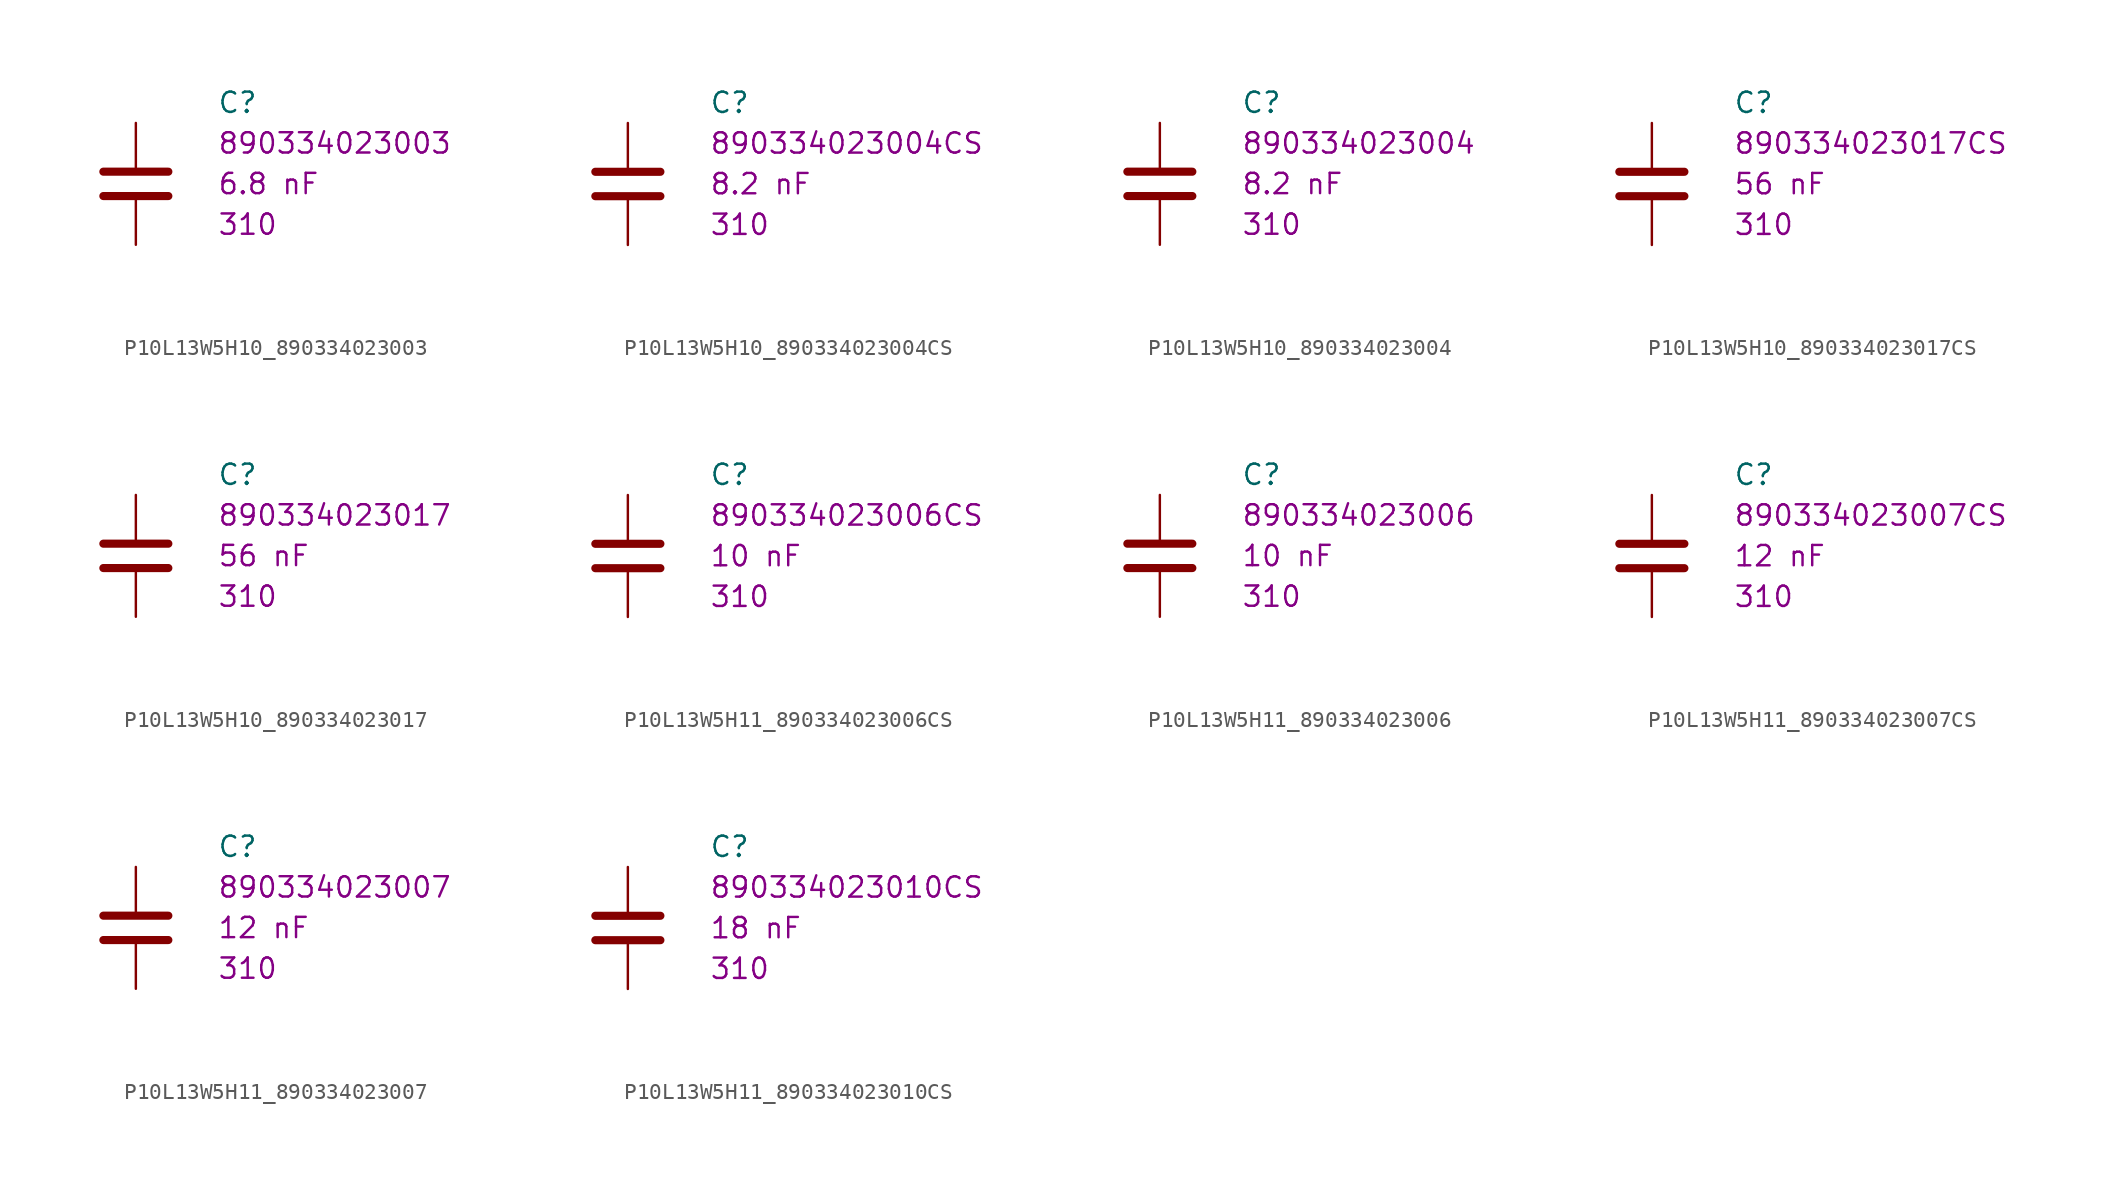
<source format=kicad_sym>
(kicad_symbol_lib
  (version 20220914)
  (generator kicad_symbol_editor)
  (symbol "P10L13W5H10_890334023003"
    (pin_numbers hide)
    (pin_names hide)
    (property "Reference" "C"
      (at 5.08 5.08 0)
      (effects (font (size 1.27 1.27)) (justify left)))
    (property "Part Number" "890334023003"
      (at 5.08 2.54 0)
      (effects (font (size 1.27 1.27)) (justify left)))
    (property "Capacitance" "6.8 nF"
      (at 5.08 0 0)
      (effects (font (size 1.27 1.27)) (justify left)))
    (property "Voltage" "310"
      (at 5.08 -2.54 0)
      (effects (font (size 1.27 1.27)) (justify left)))
    (property "Critical Parameter" ""
      (at 0 -7.62 0)
      (effects (font (size 1.27 1.27))))
    (symbol "P10L13W5H10_890334023003_0_1"
      (polyline (pts (xy -2.032 -0.762) (xy 2.032 -0.762)) (stroke (width 0.508) (type default)) (fill (type none)))
      (polyline (pts (xy -2.032 0.762) (xy 2.032 0.762)) (stroke (width 0.508) (type default)) (fill (type none))))
    (symbol "P10L13W5H10_890334023003_1_1"
      (pin passive line (at 0 3.81 270) (length 2.794) (name "1" (effects (font (size 1.27 1.27)))) (number "1" (effects (font (size 1.27 1.27)))))
      (pin passive line (at 0 -3.81 90) (length 2.794) (name "2" (effects (font (size 1.27 1.27)))) (number "2" (effects (font (size 1.27 1.27)))))))
  (symbol "P10L13W5H10_890334023004CS"
    (pin_numbers hide)
    (pin_names hide)
    (property "Reference" "C"
      (at 5.08 5.08 0)
      (effects (font (size 1.27 1.27)) (justify left)))
    (property "Part Number" "890334023004CS"
      (at 5.08 2.54 0)
      (effects (font (size 1.27 1.27)) (justify left)))
    (property "Capacitance" "8.2 nF"
      (at 5.08 0 0)
      (effects (font (size 1.27 1.27)) (justify left)))
    (property "Voltage" "310"
      (at 5.08 -2.54 0)
      (effects (font (size 1.27 1.27)) (justify left)))
    (property "Critical Parameter" ""
      (at 0 -7.62 0)
      (effects (font (size 1.27 1.27))))
    (symbol "P10L13W5H10_890334023004CS_0_1"
      (polyline (pts (xy -2.032 -0.762) (xy 2.032 -0.762)) (stroke (width 0.508) (type default)) (fill (type none)))
      (polyline (pts (xy -2.032 0.762) (xy 2.032 0.762)) (stroke (width 0.508) (type default)) (fill (type none))))
    (symbol "P10L13W5H10_890334023004CS_1_1"
      (pin passive line (at 0 3.81 270) (length 2.794) (name "1" (effects (font (size 1.27 1.27)))) (number "1" (effects (font (size 1.27 1.27)))))
      (pin passive line (at 0 -3.81 90) (length 2.794) (name "2" (effects (font (size 1.27 1.27)))) (number "2" (effects (font (size 1.27 1.27)))))))
  (symbol "P10L13W5H10_890334023004"
    (pin_numbers hide)
    (pin_names hide)
    (property "Reference" "C"
      (at 5.08 5.08 0)
      (effects (font (size 1.27 1.27)) (justify left)))
    (property "Part Number" "890334023004"
      (at 5.08 2.54 0)
      (effects (font (size 1.27 1.27)) (justify left)))
    (property "Capacitance" "8.2 nF"
      (at 5.08 0 0)
      (effects (font (size 1.27 1.27)) (justify left)))
    (property "Voltage" "310"
      (at 5.08 -2.54 0)
      (effects (font (size 1.27 1.27)) (justify left)))
    (property "Critical Parameter" ""
      (at 0 -7.62 0)
      (effects (font (size 1.27 1.27))))
    (symbol "P10L13W5H10_890334023004_0_1"
      (polyline (pts (xy -2.032 -0.762) (xy 2.032 -0.762)) (stroke (width 0.508) (type default)) (fill (type none)))
      (polyline (pts (xy -2.032 0.762) (xy 2.032 0.762)) (stroke (width 0.508) (type default)) (fill (type none))))
    (symbol "P10L13W5H10_890334023004_1_1"
      (pin passive line (at 0 3.81 270) (length 2.794) (name "1" (effects (font (size 1.27 1.27)))) (number "1" (effects (font (size 1.27 1.27)))))
      (pin passive line (at 0 -3.81 90) (length 2.794) (name "2" (effects (font (size 1.27 1.27)))) (number "2" (effects (font (size 1.27 1.27)))))))
  (symbol "P10L13W5H10_890334023017CS"
    (pin_numbers hide)
    (pin_names hide)
    (property "Reference" "C"
      (at 5.08 5.08 0)
      (effects (font (size 1.27 1.27)) (justify left)))
    (property "Part Number" "890334023017CS"
      (at 5.08 2.54 0)
      (effects (font (size 1.27 1.27)) (justify left)))
    (property "Capacitance" "56 nF"
      (at 5.08 0 0)
      (effects (font (size 1.27 1.27)) (justify left)))
    (property "Voltage" "310"
      (at 5.08 -2.54 0)
      (effects (font (size 1.27 1.27)) (justify left)))
    (property "Critical Parameter" ""
      (at 0 -7.62 0)
      (effects (font (size 1.27 1.27))))
    (symbol "P10L13W5H10_890334023017CS_0_1"
      (polyline (pts (xy -2.032 -0.762) (xy 2.032 -0.762)) (stroke (width 0.508) (type default)) (fill (type none)))
      (polyline (pts (xy -2.032 0.762) (xy 2.032 0.762)) (stroke (width 0.508) (type default)) (fill (type none))))
    (symbol "P10L13W5H10_890334023017CS_1_1"
      (pin passive line (at 0 3.81 270) (length 2.794) (name "1" (effects (font (size 1.27 1.27)))) (number "1" (effects (font (size 1.27 1.27)))))
      (pin passive line (at 0 -3.81 90) (length 2.794) (name "2" (effects (font (size 1.27 1.27)))) (number "2" (effects (font (size 1.27 1.27)))))))
  (symbol "P10L13W5H10_890334023017"
    (pin_numbers hide)
    (pin_names hide)
    (property "Reference" "C"
      (at 5.08 5.08 0)
      (effects (font (size 1.27 1.27)) (justify left)))
    (property "Part Number" "890334023017"
      (at 5.08 2.54 0)
      (effects (font (size 1.27 1.27)) (justify left)))
    (property "Capacitance" "56 nF"
      (at 5.08 0 0)
      (effects (font (size 1.27 1.27)) (justify left)))
    (property "Voltage" "310"
      (at 5.08 -2.54 0)
      (effects (font (size 1.27 1.27)) (justify left)))
    (property "Critical Parameter" ""
      (at 0 -7.62 0)
      (effects (font (size 1.27 1.27))))
    (symbol "P10L13W5H10_890334023017_0_1"
      (polyline (pts (xy -2.032 -0.762) (xy 2.032 -0.762)) (stroke (width 0.508) (type default)) (fill (type none)))
      (polyline (pts (xy -2.032 0.762) (xy 2.032 0.762)) (stroke (width 0.508) (type default)) (fill (type none))))
    (symbol "P10L13W5H10_890334023017_1_1"
      (pin passive line (at 0 3.81 270) (length 2.794) (name "1" (effects (font (size 1.27 1.27)))) (number "1" (effects (font (size 1.27 1.27)))))
      (pin passive line (at 0 -3.81 90) (length 2.794) (name "2" (effects (font (size 1.27 1.27)))) (number "2" (effects (font (size 1.27 1.27)))))))
  (symbol "P10L13W5H11_890334023006CS"
    (pin_numbers hide)
    (pin_names hide)
    (property "Reference" "C"
      (at 5.08 5.08 0)
      (effects (font (size 1.27 1.27)) (justify left)))
    (property "Part Number" "890334023006CS"
      (at 5.08 2.54 0)
      (effects (font (size 1.27 1.27)) (justify left)))
    (property "Capacitance" "10 nF"
      (at 5.08 0 0)
      (effects (font (size 1.27 1.27)) (justify left)))
    (property "Voltage" "310"
      (at 5.08 -2.54 0)
      (effects (font (size 1.27 1.27)) (justify left)))
    (property "Critical Parameter" ""
      (at 0 -7.62 0)
      (effects (font (size 1.27 1.27))))
    (symbol "P10L13W5H11_890334023006CS_0_1"
      (polyline (pts (xy -2.032 -0.762) (xy 2.032 -0.762)) (stroke (width 0.508) (type default)) (fill (type none)))
      (polyline (pts (xy -2.032 0.762) (xy 2.032 0.762)) (stroke (width 0.508) (type default)) (fill (type none))))
    (symbol "P10L13W5H11_890334023006CS_1_1"
      (pin passive line (at 0 3.81 270) (length 2.794) (name "1" (effects (font (size 1.27 1.27)))) (number "1" (effects (font (size 1.27 1.27)))))
      (pin passive line (at 0 -3.81 90) (length 2.794) (name "2" (effects (font (size 1.27 1.27)))) (number "2" (effects (font (size 1.27 1.27)))))))
  (symbol "P10L13W5H11_890334023006"
    (pin_numbers hide)
    (pin_names hide)
    (property "Reference" "C"
      (at 5.08 5.08 0)
      (effects (font (size 1.27 1.27)) (justify left)))
    (property "Part Number" "890334023006"
      (at 5.08 2.54 0)
      (effects (font (size 1.27 1.27)) (justify left)))
    (property "Capacitance" "10 nF"
      (at 5.08 0 0)
      (effects (font (size 1.27 1.27)) (justify left)))
    (property "Voltage" "310"
      (at 5.08 -2.54 0)
      (effects (font (size 1.27 1.27)) (justify left)))
    (property "Critical Parameter" ""
      (at 0 -7.62 0)
      (effects (font (size 1.27 1.27))))
    (symbol "P10L13W5H11_890334023006_0_1"
      (polyline (pts (xy -2.032 -0.762) (xy 2.032 -0.762)) (stroke (width 0.508) (type default)) (fill (type none)))
      (polyline (pts (xy -2.032 0.762) (xy 2.032 0.762)) (stroke (width 0.508) (type default)) (fill (type none))))
    (symbol "P10L13W5H11_890334023006_1_1"
      (pin passive line (at 0 3.81 270) (length 2.794) (name "1" (effects (font (size 1.27 1.27)))) (number "1" (effects (font (size 1.27 1.27)))))
      (pin passive line (at 0 -3.81 90) (length 2.794) (name "2" (effects (font (size 1.27 1.27)))) (number "2" (effects (font (size 1.27 1.27)))))))
  (symbol "P10L13W5H11_890334023007CS"
    (pin_numbers hide)
    (pin_names hide)
    (property "Reference" "C"
      (at 5.08 5.08 0)
      (effects (font (size 1.27 1.27)) (justify left)))
    (property "Part Number" "890334023007CS"
      (at 5.08 2.54 0)
      (effects (font (size 1.27 1.27)) (justify left)))
    (property "Capacitance" "12 nF"
      (at 5.08 0 0)
      (effects (font (size 1.27 1.27)) (justify left)))
    (property "Voltage" "310"
      (at 5.08 -2.54 0)
      (effects (font (size 1.27 1.27)) (justify left)))
    (property "Critical Parameter" ""
      (at 0 -7.62 0)
      (effects (font (size 1.27 1.27))))
    (symbol "P10L13W5H11_890334023007CS_0_1"
      (polyline (pts (xy -2.032 -0.762) (xy 2.032 -0.762)) (stroke (width 0.508) (type default)) (fill (type none)))
      (polyline (pts (xy -2.032 0.762) (xy 2.032 0.762)) (stroke (width 0.508) (type default)) (fill (type none))))
    (symbol "P10L13W5H11_890334023007CS_1_1"
      (pin passive line (at 0 3.81 270) (length 2.794) (name "1" (effects (font (size 1.27 1.27)))) (number "1" (effects (font (size 1.27 1.27)))))
      (pin passive line (at 0 -3.81 90) (length 2.794) (name "2" (effects (font (size 1.27 1.27)))) (number "2" (effects (font (size 1.27 1.27)))))))
  (symbol "P10L13W5H11_890334023007"
    (pin_numbers hide)
    (pin_names hide)
    (property "Reference" "C"
      (at 5.08 5.08 0)
      (effects (font (size 1.27 1.27)) (justify left)))
    (property "Part Number" "890334023007"
      (at 5.08 2.54 0)
      (effects (font (size 1.27 1.27)) (justify left)))
    (property "Capacitance" "12 nF"
      (at 5.08 0 0)
      (effects (font (size 1.27 1.27)) (justify left)))
    (property "Voltage" "310"
      (at 5.08 -2.54 0)
      (effects (font (size 1.27 1.27)) (justify left)))
    (property "Critical Parameter" ""
      (at 0 -7.62 0)
      (effects (font (size 1.27 1.27))))
    (symbol "P10L13W5H11_890334023007_0_1"
      (polyline (pts (xy -2.032 -0.762) (xy 2.032 -0.762)) (stroke (width 0.508) (type default)) (fill (type none)))
      (polyline (pts (xy -2.032 0.762) (xy 2.032 0.762)) (stroke (width 0.508) (type default)) (fill (type none))))
    (symbol "P10L13W5H11_890334023007_1_1"
      (pin passive line (at 0 3.81 270) (length 2.794) (name "1" (effects (font (size 1.27 1.27)))) (number "1" (effects (font (size 1.27 1.27)))))
      (pin passive line (at 0 -3.81 90) (length 2.794) (name "2" (effects (font (size 1.27 1.27)))) (number "2" (effects (font (size 1.27 1.27)))))))
  (symbol "P10L13W5H11_890334023010CS"
    (pin_numbers hide)
    (pin_names hide)
    (property "Reference" "C"
      (at 5.08 5.08 0)
      (effects (font (size 1.27 1.27)) (justify left)))
    (property "Part Number" "890334023010CS"
      (at 5.08 2.54 0)
      (effects (font (size 1.27 1.27)) (justify left)))
    (property "Capacitance" "18 nF"
      (at 5.08 0 0)
      (effects (font (size 1.27 1.27)) (justify left)))
    (property "Voltage" "310"
      (at 5.08 -2.54 0)
      (effects (font (size 1.27 1.27)) (justify left)))
    (property "Critical Parameter" ""
      (at 0 -7.62 0)
      (effects (font (size 1.27 1.27))))
    (symbol "P10L13W5H11_890334023010CS_0_1"
      (polyline (pts (xy -2.032 -0.762) (xy 2.032 -0.762)) (stroke (width 0.508) (type default)) (fill (type none)))
      (polyline (pts (xy -2.032 0.762) (xy 2.032 0.762)) (stroke (width 0.508) (type default)) (fill (type none))))
    (symbol "P10L13W5H11_890334023010CS_1_1"
      (pin passive line (at 0 3.81 270) (length 2.794) (name "1" (effects (font (size 1.27 1.27)))) (number "1" (effects (font (size 1.27 1.27)))))
      (pin passive line (at 0 -3.81 90) (length 2.794) (name "2" (effects (font (size 1.27 1.27)))) (number "2" (effects (font (size 1.27 1.27))))))))
</source>
